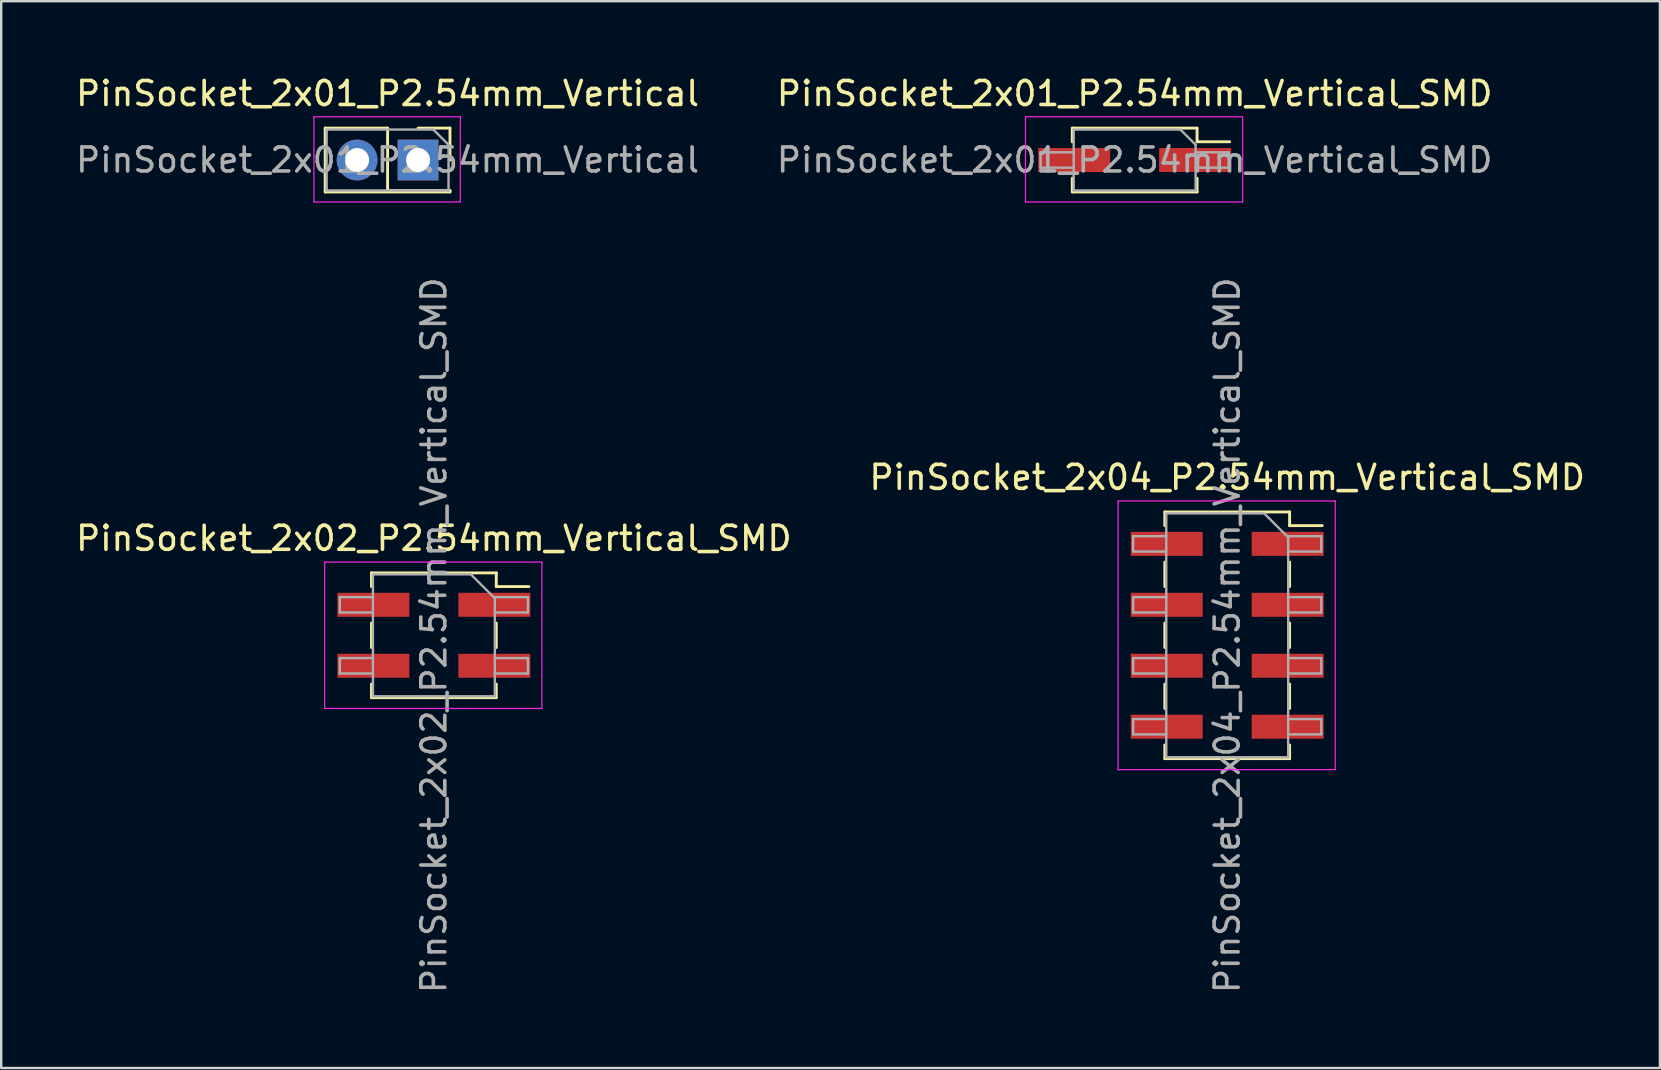
<source format=kicad_pcb>
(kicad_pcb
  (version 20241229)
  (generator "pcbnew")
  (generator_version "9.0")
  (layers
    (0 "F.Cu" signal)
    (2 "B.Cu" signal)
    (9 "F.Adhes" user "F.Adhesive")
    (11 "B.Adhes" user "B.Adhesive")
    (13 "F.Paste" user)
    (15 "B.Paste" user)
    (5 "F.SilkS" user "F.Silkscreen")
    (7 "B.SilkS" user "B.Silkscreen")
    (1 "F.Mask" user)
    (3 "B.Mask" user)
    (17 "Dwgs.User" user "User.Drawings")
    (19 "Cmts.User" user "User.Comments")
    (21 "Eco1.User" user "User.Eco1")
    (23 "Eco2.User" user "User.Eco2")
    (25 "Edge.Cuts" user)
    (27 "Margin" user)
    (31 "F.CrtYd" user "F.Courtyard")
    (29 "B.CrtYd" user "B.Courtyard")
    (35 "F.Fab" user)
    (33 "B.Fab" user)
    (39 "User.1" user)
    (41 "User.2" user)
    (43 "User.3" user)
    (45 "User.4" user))
  (footprint "PinSocket_2x01_P2.54mm_Vertical_SMD"
    (layer "F.Cu")
    (at 44.232 3.618)
    (property "Reference" "PinSocket_2x01_P2.54mm_Vertical_SMD" (at 0 -2.77 0) (layer "F.SilkS") (effects (font (size 1 1) (thickness 0.15))))
    (attr smd)
    (fp_line (start -2.6 -1.33) (end -2.6 -0.76) (stroke (width 0.12) (type solid)) (layer "F.SilkS"))
    (fp_line (start -2.6 -1.33) (end 2.6 -1.33) (stroke (width 0.12) (type solid)) (layer "F.SilkS"))
    (fp_line (start -2.6 0.76) (end -2.6 1.33) (stroke (width 0.12) (type solid)) (layer "F.SilkS"))
    (fp_line (start -2.6 1.33) (end 2.6 1.33) (stroke (width 0.12) (type solid)) (layer "F.SilkS"))
    (fp_line (start 2.6 -1.33) (end 2.6 -0.76) (stroke (width 0.12) (type solid)) (layer "F.SilkS"))
    (fp_line (start 2.6 -0.76) (end 3.96 -0.76) (stroke (width 0.12) (type solid)) (layer "F.SilkS"))
    (fp_line (start 2.6 0.76) (end 2.6 1.33) (stroke (width 0.12) (type solid)) (layer "F.SilkS"))
    (fp_line (start -4.55 -1.8) (end 4.5 -1.8) (stroke (width 0.05) (type solid)) (layer "F.CrtYd"))
    (fp_line (start -4.55 1.75) (end -4.55 -1.8) (stroke (width 0.05) (type solid)) (layer "F.CrtYd"))
    (fp_line (start 4.5 -1.8) (end 4.5 1.75) (stroke (width 0.05) (type solid)) (layer "F.CrtYd"))
    (fp_line (start 4.5 1.75) (end -4.55 1.75) (stroke (width 0.05) (type solid)) (layer "F.CrtYd"))
    (fp_line (start -3.92 -0.32) (end -2.54 -0.32) (stroke (width 0.1) (type solid)) (layer "F.Fab"))
    (fp_line (start -3.92 0.32) (end -3.92 -0.32) (stroke (width 0.1) (type solid)) (layer "F.Fab"))
    (fp_line (start -2.54 -1.27) (end 1.905 -1.27) (stroke (width 0.1) (type solid)) (layer "F.Fab"))
    (fp_line (start -2.54 0.32) (end -3.92 0.32) (stroke (width 0.1) (type solid)) (layer "F.Fab"))
    (fp_line (start -2.54 1.27) (end -2.54 -1.27) (stroke (width 0.1) (type solid)) (layer "F.Fab"))
    (fp_line (start 1.905 -1.27) (end 2.54 -0.635) (stroke (width 0.1) (type solid)) (layer "F.Fab"))
    (fp_line (start 2.54 -0.635) (end 2.54 1.27) (stroke (width 0.1) (type solid)) (layer "F.Fab"))
    (fp_line (start 2.54 -0.32) (end 3.92 -0.32) (stroke (width 0.1) (type solid)) (layer "F.Fab"))
    (fp_line (start 2.54 1.27) (end -2.54 1.27) (stroke (width 0.1) (type solid)) (layer "F.Fab"))
    (fp_line (start 3.92 -0.32) (end 3.92 0.32) (stroke (width 0.1) (type solid)) (layer "F.Fab"))
    (fp_line (start 3.92 0.32) (end 2.54 0.32) (stroke (width 0.1) (type solid)) (layer "F.Fab"))
    (fp_text user "${REFERENCE}" (at 0 0 0) (layer "F.Fab") (effects (font (size 1 1) (thickness 0.15))))
    (pad "1" smd rect (at 2.52 0) (size 3 1) (layers "F.Cu" "F.Mask" "F.Paste"))
    (pad "2" smd rect (at -2.52 0) (size 3 1) (layers "F.Cu" "F.Mask" "F.Paste")))
  (footprint "PinSocket_2x01_P2.54mm_Vertical"
    (layer "F.Cu")
    (at 14.371 3.618)
    (property "Reference" "PinSocket_2x01_P2.54mm_Vertical" (at -1.27 -2.77 0) (layer "F.SilkS") (effects (font (size 1 1) (thickness 0.15))))
    (attr through_hole)
    (fp_line (start -3.87 -1.33) (end -3.87 1.33) (stroke (width 0.12) (type solid)) (layer "F.SilkS"))
    (fp_line (start -3.87 -1.33) (end -1.27 -1.33) (stroke (width 0.12) (type solid)) (layer "F.SilkS"))
    (fp_line (start -3.87 1.33) (end 1.33 1.33) (stroke (width 0.12) (type solid)) (layer "F.SilkS"))
    (fp_line (start -1.27 -1.33) (end -1.27 1.27) (stroke (width 0.12) (type solid)) (layer "F.SilkS"))
    (fp_line (start -1.27 1.27) (end 1.33 1.27) (stroke (width 0.12) (type solid)) (layer "F.SilkS"))
    (fp_line (start 0 -1.33) (end 1.33 -1.33) (stroke (width 0.12) (type solid)) (layer "F.SilkS"))
    (fp_line (start 1.33 -1.33) (end 1.33 0) (stroke (width 0.12) (type solid)) (layer "F.SilkS"))
    (fp_line (start 1.33 1.27) (end 1.33 1.33) (stroke (width 0.12) (type solid)) (layer "F.SilkS"))
    (fp_line (start -4.34 -1.8) (end 1.76 -1.8) (stroke (width 0.05) (type solid)) (layer "F.CrtYd"))
    (fp_line (start -4.34 1.75) (end -4.34 -1.8) (stroke (width 0.05) (type solid)) (layer "F.CrtYd"))
    (fp_line (start 1.76 -1.8) (end 1.76 1.75) (stroke (width 0.05) (type solid)) (layer "F.CrtYd"))
    (fp_line (start 1.76 1.75) (end -4.34 1.75) (stroke (width 0.05) (type solid)) (layer "F.CrtYd"))
    (fp_line (start -3.81 -1.27) (end 0.635 -1.27) (stroke (width 0.1) (type solid)) (layer "F.Fab"))
    (fp_line (start -3.81 1.27) (end -3.81 -1.27) (stroke (width 0.1) (type solid)) (layer "F.Fab"))
    (fp_line (start 0.635 -1.27) (end 1.27 -0.635) (stroke (width 0.1) (type solid)) (layer "F.Fab"))
    (fp_line (start 1.27 -0.635) (end 1.27 1.27) (stroke (width 0.1) (type solid)) (layer "F.Fab"))
    (fp_line (start 1.27 1.27) (end -3.81 1.27) (stroke (width 0.1) (type solid)) (layer "F.Fab"))
    (fp_text user "${REFERENCE}" (at -1.27 0 0) (layer "F.Fab") (effects (font (size 1 1) (thickness 0.15))))
    (pad "1" thru_hole rect (at 0 0) (size 1.7 1.7) (drill 1) (layers "*.Cu" "*.Mask"))
    (pad "2" thru_hole oval (at -2.54 0) (size 1.7 1.7) (drill 1) (layers "*.Cu" "*.Mask")))
  (footprint "PinSocket_2x04_P2.54mm_Vertical_SMD"
    (layer "F.Cu")
    (at 48.089 23.423)
    (property "Reference" "PinSocket_2x04_P2.54mm_Vertical_SMD" (at 0 -6.58 0) (layer "F.SilkS") (effects (font (size 1 1) (thickness 0.15))))
    (attr smd)
    (fp_line (start -2.6 -5.14) (end -2.6 -4.57) (stroke (width 0.12) (type solid)) (layer "F.SilkS"))
    (fp_line (start -2.6 -5.14) (end 2.6 -5.14) (stroke (width 0.12) (type solid)) (layer "F.SilkS"))
    (fp_line (start -2.6 -3.05) (end -2.6 -2.03) (stroke (width 0.12) (type solid)) (layer "F.SilkS"))
    (fp_line (start -2.6 -0.51) (end -2.6 0.51) (stroke (width 0.12) (type solid)) (layer "F.SilkS"))
    (fp_line (start -2.6 2.03) (end -2.6 3.05) (stroke (width 0.12) (type solid)) (layer "F.SilkS"))
    (fp_line (start -2.6 4.57) (end -2.6 5.14) (stroke (width 0.12) (type solid)) (layer "F.SilkS"))
    (fp_line (start -2.6 5.14) (end 2.6 5.14) (stroke (width 0.12) (type solid)) (layer "F.SilkS"))
    (fp_line (start 2.6 -5.14) (end 2.6 -4.57) (stroke (width 0.12) (type solid)) (layer "F.SilkS"))
    (fp_line (start 2.6 -4.57) (end 3.96 -4.57) (stroke (width 0.12) (type solid)) (layer "F.SilkS"))
    (fp_line (start 2.6 -3.05) (end 2.6 -2.03) (stroke (width 0.12) (type solid)) (layer "F.SilkS"))
    (fp_line (start 2.6 -0.51) (end 2.6 0.51) (stroke (width 0.12) (type solid)) (layer "F.SilkS"))
    (fp_line (start 2.6 2.03) (end 2.6 3.05) (stroke (width 0.12) (type solid)) (layer "F.SilkS"))
    (fp_line (start 2.6 4.57) (end 2.6 5.14) (stroke (width 0.12) (type solid)) (layer "F.SilkS"))
    (fp_line (start -4.55 -5.6) (end 4.5 -5.6) (stroke (width 0.05) (type solid)) (layer "F.CrtYd"))
    (fp_line (start -4.55 5.6) (end -4.55 -5.6) (stroke (width 0.05) (type solid)) (layer "F.CrtYd"))
    (fp_line (start 4.5 -5.6) (end 4.5 5.6) (stroke (width 0.05) (type solid)) (layer "F.CrtYd"))
    (fp_line (start 4.5 5.6) (end -4.55 5.6) (stroke (width 0.05) (type solid)) (layer "F.CrtYd"))
    (fp_line (start -3.92 -4.13) (end -2.54 -4.13) (stroke (width 0.1) (type solid)) (layer "F.Fab"))
    (fp_line (start -3.92 -3.49) (end -3.92 -4.13) (stroke (width 0.1) (type solid)) (layer "F.Fab"))
    (fp_line (start -3.92 -1.59) (end -2.54 -1.59) (stroke (width 0.1) (type solid)) (layer "F.Fab"))
    (fp_line (start -3.92 -0.95) (end -3.92 -1.59) (stroke (width 0.1) (type solid)) (layer "F.Fab"))
    (fp_line (start -3.92 0.95) (end -2.54 0.95) (stroke (width 0.1) (type solid)) (layer "F.Fab"))
    (fp_line (start -3.92 1.59) (end -3.92 0.95) (stroke (width 0.1) (type solid)) (layer "F.Fab"))
    (fp_line (start -3.92 3.49) (end -2.54 3.49) (stroke (width 0.1) (type solid)) (layer "F.Fab"))
    (fp_line (start -3.92 4.13) (end -3.92 3.49) (stroke (width 0.1) (type solid)) (layer "F.Fab"))
    (fp_line (start -2.54 -5.08) (end 1.54 -5.08) (stroke (width 0.1) (type solid)) (layer "F.Fab"))
    (fp_line (start -2.54 -3.49) (end -3.92 -3.49) (stroke (width 0.1) (type solid)) (layer "F.Fab"))
    (fp_line (start -2.54 -0.95) (end -3.92 -0.95) (stroke (width 0.1) (type solid)) (layer "F.Fab"))
    (fp_line (start -2.54 1.59) (end -3.92 1.59) (stroke (width 0.1) (type solid)) (layer "F.Fab"))
    (fp_line (start -2.54 4.13) (end -3.92 4.13) (stroke (width 0.1) (type solid)) (layer "F.Fab"))
    (fp_line (start -2.54 5.08) (end -2.54 -5.08) (stroke (width 0.1) (type solid)) (layer "F.Fab"))
    (fp_line (start 1.54 -5.08) (end 2.54 -4.08) (stroke (width 0.1) (type solid)) (layer "F.Fab"))
    (fp_line (start 2.54 -4.13) (end 3.92 -4.13) (stroke (width 0.1) (type solid)) (layer "F.Fab"))
    (fp_line (start 2.54 -4.08) (end 2.54 5.08) (stroke (width 0.1) (type solid)) (layer "F.Fab"))
    (fp_line (start 2.54 -1.59) (end 3.92 -1.59) (stroke (width 0.1) (type solid)) (layer "F.Fab"))
    (fp_line (start 2.54 0.95) (end 3.92 0.95) (stroke (width 0.1) (type solid)) (layer "F.Fab"))
    (fp_line (start 2.54 3.49) (end 3.92 3.49) (stroke (width 0.1) (type solid)) (layer "F.Fab"))
    (fp_line (start 2.54 5.08) (end -2.54 5.08) (stroke (width 0.1) (type solid)) (layer "F.Fab"))
    (fp_line (start 3.92 -4.13) (end 3.92 -3.49) (stroke (width 0.1) (type solid)) (layer "F.Fab"))
    (fp_line (start 3.92 -3.49) (end 2.54 -3.49) (stroke (width 0.1) (type solid)) (layer "F.Fab"))
    (fp_line (start 3.92 -1.59) (end 3.92 -0.95) (stroke (width 0.1) (type solid)) (layer "F.Fab"))
    (fp_line (start 3.92 -0.95) (end 2.54 -0.95) (stroke (width 0.1) (type solid)) (layer "F.Fab"))
    (fp_line (start 3.92 0.95) (end 3.92 1.59) (stroke (width 0.1) (type solid)) (layer "F.Fab"))
    (fp_line (start 3.92 1.59) (end 2.54 1.59) (stroke (width 0.1) (type solid)) (layer "F.Fab"))
    (fp_line (start 3.92 3.49) (end 3.92 4.13) (stroke (width 0.1) (type solid)) (layer "F.Fab"))
    (fp_line (start 3.92 4.13) (end 2.54 4.13) (stroke (width 0.1) (type solid)) (layer "F.Fab"))
    (fp_text user "${REFERENCE}" (at 0 0 90) (layer "F.Fab") (effects (font (size 1 1) (thickness 0.15))))
    (pad "1" smd rect (at 2.52 -3.81) (size 3 1) (layers "F.Cu" "F.Mask" "F.Paste"))
    (pad "2" smd rect (at -2.52 -3.81) (size 3 1) (layers "F.Cu" "F.Mask" "F.Paste"))
    (pad "3" smd rect (at 2.52 -1.27) (size 3 1) (layers "F.Cu" "F.Mask" "F.Paste"))
    (pad "4" smd rect (at -2.52 -1.27) (size 3 1) (layers "F.Cu" "F.Mask" "F.Paste"))
    (pad "5" smd rect (at 2.52 1.27) (size 3 1) (layers "F.Cu" "F.Mask" "F.Paste"))
    (pad "6" smd rect (at -2.52 1.27) (size 3 1) (layers "F.Cu" "F.Mask" "F.Paste"))
    (pad "7" smd rect (at 2.52 3.81) (size 3 1) (layers "F.Cu" "F.Mask" "F.Paste"))
    (pad "8" smd rect (at -2.52 3.81) (size 3 1) (layers "F.Cu" "F.Mask" "F.Paste")))
  (footprint "PinSocket_2x02_P2.54mm_Vertical_SMD"
    (layer "F.Cu")
    (at 15.03 23.423)
    (property "Reference" "PinSocket_2x02_P2.54mm_Vertical_SMD" (at 0 -4.04 0) (layer "F.SilkS") (effects (font (size 1 1) (thickness 0.15))))
    (attr smd)
    (fp_line (start -2.6 -2.6) (end -2.6 -2.03) (stroke (width 0.12) (type solid)) (layer "F.SilkS"))
    (fp_line (start -2.6 -2.6) (end 2.6 -2.6) (stroke (width 0.12) (type solid)) (layer "F.SilkS"))
    (fp_line (start -2.6 -0.51) (end -2.6 0.51) (stroke (width 0.12) (type solid)) (layer "F.SilkS"))
    (fp_line (start -2.6 2.03) (end -2.6 2.6) (stroke (width 0.12) (type solid)) (layer "F.SilkS"))
    (fp_line (start -2.6 2.6) (end 2.6 2.6) (stroke (width 0.12) (type solid)) (layer "F.SilkS"))
    (fp_line (start 2.6 -2.6) (end 2.6 -2.03) (stroke (width 0.12) (type solid)) (layer "F.SilkS"))
    (fp_line (start 2.6 -2.03) (end 3.96 -2.03) (stroke (width 0.12) (type solid)) (layer "F.SilkS"))
    (fp_line (start 2.6 -0.51) (end 2.6 0.51) (stroke (width 0.12) (type solid)) (layer "F.SilkS"))
    (fp_line (start 2.6 2.03) (end 2.6 2.6) (stroke (width 0.12) (type solid)) (layer "F.SilkS"))
    (fp_line (start -4.55 -3.05) (end 4.5 -3.05) (stroke (width 0.05) (type solid)) (layer "F.CrtYd"))
    (fp_line (start -4.55 3.05) (end -4.55 -3.05) (stroke (width 0.05) (type solid)) (layer "F.CrtYd"))
    (fp_line (start 4.5 -3.05) (end 4.5 3.05) (stroke (width 0.05) (type solid)) (layer "F.CrtYd"))
    (fp_line (start 4.5 3.05) (end -4.55 3.05) (stroke (width 0.05) (type solid)) (layer "F.CrtYd"))
    (fp_line (start -3.92 -1.59) (end -2.54 -1.59) (stroke (width 0.1) (type solid)) (layer "F.Fab"))
    (fp_line (start -3.92 -0.95) (end -3.92 -1.59) (stroke (width 0.1) (type solid)) (layer "F.Fab"))
    (fp_line (start -3.92 0.95) (end -2.54 0.95) (stroke (width 0.1) (type solid)) (layer "F.Fab"))
    (fp_line (start -3.92 1.59) (end -3.92 0.95) (stroke (width 0.1) (type solid)) (layer "F.Fab"))
    (fp_line (start -2.54 -2.54) (end 1.54 -2.54) (stroke (width 0.1) (type solid)) (layer "F.Fab"))
    (fp_line (start -2.54 -0.95) (end -3.92 -0.95) (stroke (width 0.1) (type solid)) (layer "F.Fab"))
    (fp_line (start -2.54 1.59) (end -3.92 1.59) (stroke (width 0.1) (type solid)) (layer "F.Fab"))
    (fp_line (start -2.54 2.54) (end -2.54 -2.54) (stroke (width 0.1) (type solid)) (layer "F.Fab"))
    (fp_line (start 1.54 -2.54) (end 2.54 -1.54) (stroke (width 0.1) (type solid)) (layer "F.Fab"))
    (fp_line (start 2.54 -1.59) (end 3.92 -1.59) (stroke (width 0.1) (type solid)) (layer "F.Fab"))
    (fp_line (start 2.54 -1.54) (end 2.54 2.54) (stroke (width 0.1) (type solid)) (layer "F.Fab"))
    (fp_line (start 2.54 0.95) (end 3.92 0.95) (stroke (width 0.1) (type solid)) (layer "F.Fab"))
    (fp_line (start 2.54 2.54) (end -2.54 2.54) (stroke (width 0.1) (type solid)) (layer "F.Fab"))
    (fp_line (start 3.92 -1.59) (end 3.92 -0.95) (stroke (width 0.1) (type solid)) (layer "F.Fab"))
    (fp_line (start 3.92 -0.95) (end 2.54 -0.95) (stroke (width 0.1) (type solid)) (layer "F.Fab"))
    (fp_line (start 3.92 0.95) (end 3.92 1.59) (stroke (width 0.1) (type solid)) (layer "F.Fab"))
    (fp_line (start 3.92 1.59) (end 2.54 1.59) (stroke (width 0.1) (type solid)) (layer "F.Fab"))
    (fp_text user "${REFERENCE}" (at 0 0 90) (layer "F.Fab") (effects (font (size 1 1) (thickness 0.15))))
    (pad "1" smd rect (at 2.52 -1.27) (size 3 1) (layers "F.Cu" "F.Mask" "F.Paste"))
    (pad "2" smd rect (at -2.52 -1.27) (size 3 1) (layers "F.Cu" "F.Mask" "F.Paste"))
    (pad "3" smd rect (at 2.52 1.27) (size 3 1) (layers "F.Cu" "F.Mask" "F.Paste"))
    (pad "4" smd rect (at -2.52 1.27) (size 3 1) (layers "F.Cu" "F.Mask" "F.Paste")))
  (gr_rect
    (start -3 -3)
    (end 66.119 41.453)
    (stroke (width 0.1) (type default))
    (fill no)
    (layer "Edge.Cuts")))
</source>
